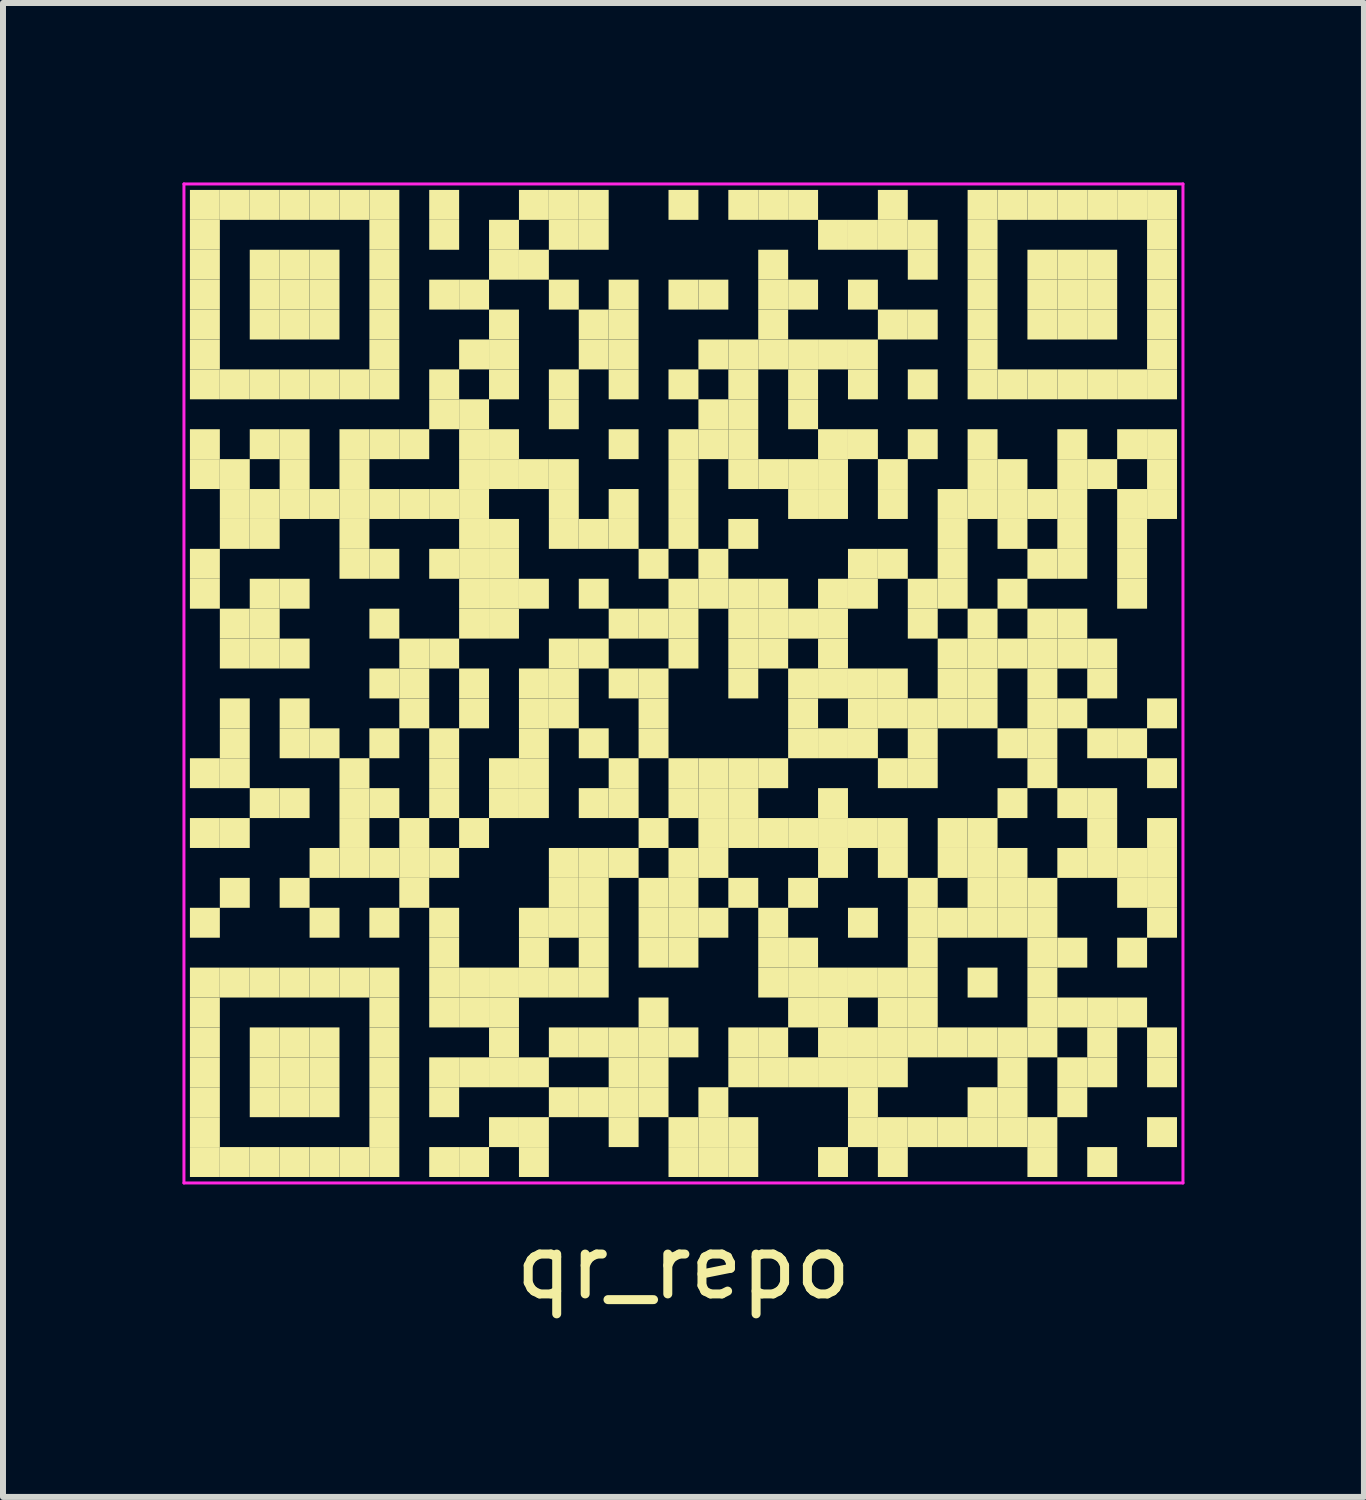
<source format=kicad_pcb>
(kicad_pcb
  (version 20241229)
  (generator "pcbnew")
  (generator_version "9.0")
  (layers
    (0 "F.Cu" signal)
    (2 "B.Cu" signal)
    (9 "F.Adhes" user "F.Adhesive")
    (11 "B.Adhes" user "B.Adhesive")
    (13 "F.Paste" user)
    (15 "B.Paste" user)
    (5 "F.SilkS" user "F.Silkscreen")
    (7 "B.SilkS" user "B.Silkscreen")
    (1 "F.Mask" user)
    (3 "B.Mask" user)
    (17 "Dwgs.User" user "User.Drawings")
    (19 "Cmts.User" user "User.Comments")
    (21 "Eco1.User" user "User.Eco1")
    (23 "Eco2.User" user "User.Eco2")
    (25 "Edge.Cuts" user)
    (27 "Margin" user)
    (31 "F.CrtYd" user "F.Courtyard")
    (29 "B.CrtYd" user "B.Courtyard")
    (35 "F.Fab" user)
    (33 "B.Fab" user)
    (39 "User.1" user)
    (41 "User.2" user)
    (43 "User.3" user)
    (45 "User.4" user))
  (footprint "qr_repo"
    (layer "F.Cu")
    (at 8.375 8.375)
    (property "Reference" "qr_repo" (at 0 9.75 0) (layer "F.SilkS") (effects (font (size 1 1) (thickness 0.15))))
    (fp_rect (start -8.25 -8.25) (end -7.75 -7.75) (stroke (width 0) (type solid)) (fill yes) (layer "F.SilkS"))
    (fp_rect (start -8.25 -7.75) (end -7.75 -7.25) (stroke (width 0) (type solid)) (fill yes) (layer "F.SilkS"))
    (fp_rect (start -8.25 -7.25) (end -7.75 -6.75) (stroke (width 0) (type solid)) (fill yes) (layer "F.SilkS"))
    (fp_rect (start -8.25 -6.75) (end -7.75 -6.25) (stroke (width 0) (type solid)) (fill yes) (layer "F.SilkS"))
    (fp_rect (start -8.25 -6.25) (end -7.75 -5.75) (stroke (width 0) (type solid)) (fill yes) (layer "F.SilkS"))
    (fp_rect (start -8.25 -5.75) (end -7.75 -5.25) (stroke (width 0) (type solid)) (fill yes) (layer "F.SilkS"))
    (fp_rect (start -8.25 -5.25) (end -7.75 -4.75) (stroke (width 0) (type solid)) (fill yes) (layer "F.SilkS"))
    (fp_rect (start -8.25 -4.25) (end -7.75 -3.75) (stroke (width 0) (type solid)) (fill yes) (layer "F.SilkS"))
    (fp_rect (start -8.25 -3.75) (end -7.75 -3.25) (stroke (width 0) (type solid)) (fill yes) (layer "F.SilkS"))
    (fp_rect (start -8.25 -2.25) (end -7.75 -1.75) (stroke (width 0) (type solid)) (fill yes) (layer "F.SilkS"))
    (fp_rect (start -8.25 -1.75) (end -7.75 -1.25) (stroke (width 0) (type solid)) (fill yes) (layer "F.SilkS"))
    (fp_rect (start -8.25 1.25) (end -7.75 1.75) (stroke (width 0) (type solid)) (fill yes) (layer "F.SilkS"))
    (fp_rect (start -8.25 2.25) (end -7.75 2.75) (stroke (width 0) (type solid)) (fill yes) (layer "F.SilkS"))
    (fp_rect (start -8.25 3.75) (end -7.75 4.25) (stroke (width 0) (type solid)) (fill yes) (layer "F.SilkS"))
    (fp_rect (start -8.25 4.75) (end -7.75 5.25) (stroke (width 0) (type solid)) (fill yes) (layer "F.SilkS"))
    (fp_rect (start -8.25 5.25) (end -7.75 5.75) (stroke (width 0) (type solid)) (fill yes) (layer "F.SilkS"))
    (fp_rect (start -8.25 5.75) (end -7.75 6.25) (stroke (width 0) (type solid)) (fill yes) (layer "F.SilkS"))
    (fp_rect (start -8.25 6.25) (end -7.75 6.75) (stroke (width 0) (type solid)) (fill yes) (layer "F.SilkS"))
    (fp_rect (start -8.25 6.75) (end -7.75 7.25) (stroke (width 0) (type solid)) (fill yes) (layer "F.SilkS"))
    (fp_rect (start -8.25 7.25) (end -7.75 7.75) (stroke (width 0) (type solid)) (fill yes) (layer "F.SilkS"))
    (fp_rect (start -8.25 7.75) (end -7.75 8.25) (stroke (width 0) (type solid)) (fill yes) (layer "F.SilkS"))
    (fp_rect (start -7.75 -8.25) (end -7.25 -7.75) (stroke (width 0) (type solid)) (fill yes) (layer "F.SilkS"))
    (fp_rect (start -7.75 -5.25) (end -7.25 -4.75) (stroke (width 0) (type solid)) (fill yes) (layer "F.SilkS"))
    (fp_rect (start -7.75 -3.75) (end -7.25 -3.25) (stroke (width 0) (type solid)) (fill yes) (layer "F.SilkS"))
    (fp_rect (start -7.75 -3.25) (end -7.25 -2.75) (stroke (width 0) (type solid)) (fill yes) (layer "F.SilkS"))
    (fp_rect (start -7.75 -2.75) (end -7.25 -2.25) (stroke (width 0) (type solid)) (fill yes) (layer "F.SilkS"))
    (fp_rect (start -7.75 -1.25) (end -7.25 -0.75) (stroke (width 0) (type solid)) (fill yes) (layer "F.SilkS"))
    (fp_rect (start -7.75 -0.75) (end -7.25 -0.25) (stroke (width 0) (type solid)) (fill yes) (layer "F.SilkS"))
    (fp_rect (start -7.75 0.25) (end -7.25 0.75) (stroke (width 0) (type solid)) (fill yes) (layer "F.SilkS"))
    (fp_rect (start -7.75 0.75) (end -7.25 1.25) (stroke (width 0) (type solid)) (fill yes) (layer "F.SilkS"))
    (fp_rect (start -7.75 1.25) (end -7.25 1.75) (stroke (width 0) (type solid)) (fill yes) (layer "F.SilkS"))
    (fp_rect (start -7.75 2.25) (end -7.25 2.75) (stroke (width 0) (type solid)) (fill yes) (layer "F.SilkS"))
    (fp_rect (start -7.75 3.25) (end -7.25 3.75) (stroke (width 0) (type solid)) (fill yes) (layer "F.SilkS"))
    (fp_rect (start -7.75 4.75) (end -7.25 5.25) (stroke (width 0) (type solid)) (fill yes) (layer "F.SilkS"))
    (fp_rect (start -7.75 7.75) (end -7.25 8.25) (stroke (width 0) (type solid)) (fill yes) (layer "F.SilkS"))
    (fp_rect (start -7.25 -8.25) (end -6.75 -7.75) (stroke (width 0) (type solid)) (fill yes) (layer "F.SilkS"))
    (fp_rect (start -7.25 -7.25) (end -6.75 -6.75) (stroke (width 0) (type solid)) (fill yes) (layer "F.SilkS"))
    (fp_rect (start -7.25 -6.75) (end -6.75 -6.25) (stroke (width 0) (type solid)) (fill yes) (layer "F.SilkS"))
    (fp_rect (start -7.25 -6.25) (end -6.75 -5.75) (stroke (width 0) (type solid)) (fill yes) (layer "F.SilkS"))
    (fp_rect (start -7.25 -5.25) (end -6.75 -4.75) (stroke (width 0) (type solid)) (fill yes) (layer "F.SilkS"))
    (fp_rect (start -7.25 -4.25) (end -6.75 -3.75) (stroke (width 0) (type solid)) (fill yes) (layer "F.SilkS"))
    (fp_rect (start -7.25 -3.25) (end -6.75 -2.75) (stroke (width 0) (type solid)) (fill yes) (layer "F.SilkS"))
    (fp_rect (start -7.25 -2.75) (end -6.75 -2.25) (stroke (width 0) (type solid)) (fill yes) (layer "F.SilkS"))
    (fp_rect (start -7.25 -1.75) (end -6.75 -1.25) (stroke (width 0) (type solid)) (fill yes) (layer "F.SilkS"))
    (fp_rect (start -7.25 -1.25) (end -6.75 -0.75) (stroke (width 0) (type solid)) (fill yes) (layer "F.SilkS"))
    (fp_rect (start -7.25 -0.75) (end -6.75 -0.25) (stroke (width 0) (type solid)) (fill yes) (layer "F.SilkS"))
    (fp_rect (start -7.25 1.75) (end -6.75 2.25) (stroke (width 0) (type solid)) (fill yes) (layer "F.SilkS"))
    (fp_rect (start -7.25 4.75) (end -6.75 5.25) (stroke (width 0) (type solid)) (fill yes) (layer "F.SilkS"))
    (fp_rect (start -7.25 5.75) (end -6.75 6.25) (stroke (width 0) (type solid)) (fill yes) (layer "F.SilkS"))
    (fp_rect (start -7.25 6.25) (end -6.75 6.75) (stroke (width 0) (type solid)) (fill yes) (layer "F.SilkS"))
    (fp_rect (start -7.25 6.75) (end -6.75 7.25) (stroke (width 0) (type solid)) (fill yes) (layer "F.SilkS"))
    (fp_rect (start -7.25 7.75) (end -6.75 8.25) (stroke (width 0) (type solid)) (fill yes) (layer "F.SilkS"))
    (fp_rect (start -6.75 -8.25) (end -6.25 -7.75) (stroke (width 0) (type solid)) (fill yes) (layer "F.SilkS"))
    (fp_rect (start -6.75 -7.25) (end -6.25 -6.75) (stroke (width 0) (type solid)) (fill yes) (layer "F.SilkS"))
    (fp_rect (start -6.75 -6.75) (end -6.25 -6.25) (stroke (width 0) (type solid)) (fill yes) (layer "F.SilkS"))
    (fp_rect (start -6.75 -6.25) (end -6.25 -5.75) (stroke (width 0) (type solid)) (fill yes) (layer "F.SilkS"))
    (fp_rect (start -6.75 -5.25) (end -6.25 -4.75) (stroke (width 0) (type solid)) (fill yes) (layer "F.SilkS"))
    (fp_rect (start -6.75 -4.25) (end -6.25 -3.75) (stroke (width 0) (type solid)) (fill yes) (layer "F.SilkS"))
    (fp_rect (start -6.75 -3.75) (end -6.25 -3.25) (stroke (width 0) (type solid)) (fill yes) (layer "F.SilkS"))
    (fp_rect (start -6.75 -3.25) (end -6.25 -2.75) (stroke (width 0) (type solid)) (fill yes) (layer "F.SilkS"))
    (fp_rect (start -6.75 -1.75) (end -6.25 -1.25) (stroke (width 0) (type solid)) (fill yes) (layer "F.SilkS"))
    (fp_rect (start -6.75 -0.75) (end -6.25 -0.25) (stroke (width 0) (type solid)) (fill yes) (layer "F.SilkS"))
    (fp_rect (start -6.75 0.25) (end -6.25 0.75) (stroke (width 0) (type solid)) (fill yes) (layer "F.SilkS"))
    (fp_rect (start -6.75 0.75) (end -6.25 1.25) (stroke (width 0) (type solid)) (fill yes) (layer "F.SilkS"))
    (fp_rect (start -6.75 1.75) (end -6.25 2.25) (stroke (width 0) (type solid)) (fill yes) (layer "F.SilkS"))
    (fp_rect (start -6.75 3.25) (end -6.25 3.75) (stroke (width 0) (type solid)) (fill yes) (layer "F.SilkS"))
    (fp_rect (start -6.75 4.75) (end -6.25 5.25) (stroke (width 0) (type solid)) (fill yes) (layer "F.SilkS"))
    (fp_rect (start -6.75 5.75) (end -6.25 6.25) (stroke (width 0) (type solid)) (fill yes) (layer "F.SilkS"))
    (fp_rect (start -6.75 6.25) (end -6.25 6.75) (stroke (width 0) (type solid)) (fill yes) (layer "F.SilkS"))
    (fp_rect (start -6.75 6.75) (end -6.25 7.25) (stroke (width 0) (type solid)) (fill yes) (layer "F.SilkS"))
    (fp_rect (start -6.75 7.75) (end -6.25 8.25) (stroke (width 0) (type solid)) (fill yes) (layer "F.SilkS"))
    (fp_rect (start -6.25 -8.25) (end -5.75 -7.75) (stroke (width 0) (type solid)) (fill yes) (layer "F.SilkS"))
    (fp_rect (start -6.25 -7.25) (end -5.75 -6.75) (stroke (width 0) (type solid)) (fill yes) (layer "F.SilkS"))
    (fp_rect (start -6.25 -6.75) (end -5.75 -6.25) (stroke (width 0) (type solid)) (fill yes) (layer "F.SilkS"))
    (fp_rect (start -6.25 -6.25) (end -5.75 -5.75) (stroke (width 0) (type solid)) (fill yes) (layer "F.SilkS"))
    (fp_rect (start -6.25 -5.25) (end -5.75 -4.75) (stroke (width 0) (type solid)) (fill yes) (layer "F.SilkS"))
    (fp_rect (start -6.25 -3.25) (end -5.75 -2.75) (stroke (width 0) (type solid)) (fill yes) (layer "F.SilkS"))
    (fp_rect (start -6.25 0.75) (end -5.75 1.25) (stroke (width 0) (type solid)) (fill yes) (layer "F.SilkS"))
    (fp_rect (start -6.25 2.75) (end -5.75 3.25) (stroke (width 0) (type solid)) (fill yes) (layer "F.SilkS"))
    (fp_rect (start -6.25 3.75) (end -5.75 4.25) (stroke (width 0) (type solid)) (fill yes) (layer "F.SilkS"))
    (fp_rect (start -6.25 4.75) (end -5.75 5.25) (stroke (width 0) (type solid)) (fill yes) (layer "F.SilkS"))
    (fp_rect (start -6.25 5.75) (end -5.75 6.25) (stroke (width 0) (type solid)) (fill yes) (layer "F.SilkS"))
    (fp_rect (start -6.25 6.25) (end -5.75 6.75) (stroke (width 0) (type solid)) (fill yes) (layer "F.SilkS"))
    (fp_rect (start -6.25 6.75) (end -5.75 7.25) (stroke (width 0) (type solid)) (fill yes) (layer "F.SilkS"))
    (fp_rect (start -6.25 7.75) (end -5.75 8.25) (stroke (width 0) (type solid)) (fill yes) (layer "F.SilkS"))
    (fp_rect (start -5.75 -8.25) (end -5.25 -7.75) (stroke (width 0) (type solid)) (fill yes) (layer "F.SilkS"))
    (fp_rect (start -5.75 -5.25) (end -5.25 -4.75) (stroke (width 0) (type solid)) (fill yes) (layer "F.SilkS"))
    (fp_rect (start -5.75 -4.25) (end -5.25 -3.75) (stroke (width 0) (type solid)) (fill yes) (layer "F.SilkS"))
    (fp_rect (start -5.75 -3.75) (end -5.25 -3.25) (stroke (width 0) (type solid)) (fill yes) (layer "F.SilkS"))
    (fp_rect (start -5.75 -3.25) (end -5.25 -2.75) (stroke (width 0) (type solid)) (fill yes) (layer "F.SilkS"))
    (fp_rect (start -5.75 -2.75) (end -5.25 -2.25) (stroke (width 0) (type solid)) (fill yes) (layer "F.SilkS"))
    (fp_rect (start -5.75 -2.25) (end -5.25 -1.75) (stroke (width 0) (type solid)) (fill yes) (layer "F.SilkS"))
    (fp_rect (start -5.75 1.25) (end -5.25 1.75) (stroke (width 0) (type solid)) (fill yes) (layer "F.SilkS"))
    (fp_rect (start -5.75 1.75) (end -5.25 2.25) (stroke (width 0) (type solid)) (fill yes) (layer "F.SilkS"))
    (fp_rect (start -5.75 2.25) (end -5.25 2.75) (stroke (width 0) (type solid)) (fill yes) (layer "F.SilkS"))
    (fp_rect (start -5.75 2.75) (end -5.25 3.25) (stroke (width 0) (type solid)) (fill yes) (layer "F.SilkS"))
    (fp_rect (start -5.75 4.75) (end -5.25 5.25) (stroke (width 0) (type solid)) (fill yes) (layer "F.SilkS"))
    (fp_rect (start -5.75 7.75) (end -5.25 8.25) (stroke (width 0) (type solid)) (fill yes) (layer "F.SilkS"))
    (fp_rect (start -5.25 -8.25) (end -4.75 -7.75) (stroke (width 0) (type solid)) (fill yes) (layer "F.SilkS"))
    (fp_rect (start -5.25 -7.75) (end -4.75 -7.25) (stroke (width 0) (type solid)) (fill yes) (layer "F.SilkS"))
    (fp_rect (start -5.25 -7.25) (end -4.75 -6.75) (stroke (width 0) (type solid)) (fill yes) (layer "F.SilkS"))
    (fp_rect (start -5.25 -6.75) (end -4.75 -6.25) (stroke (width 0) (type solid)) (fill yes) (layer "F.SilkS"))
    (fp_rect (start -5.25 -6.25) (end -4.75 -5.75) (stroke (width 0) (type solid)) (fill yes) (layer "F.SilkS"))
    (fp_rect (start -5.25 -5.75) (end -4.75 -5.25) (stroke (width 0) (type solid)) (fill yes) (layer "F.SilkS"))
    (fp_rect (start -5.25 -5.25) (end -4.75 -4.75) (stroke (width 0) (type solid)) (fill yes) (layer "F.SilkS"))
    (fp_rect (start -5.25 -4.25) (end -4.75 -3.75) (stroke (width 0) (type solid)) (fill yes) (layer "F.SilkS"))
    (fp_rect (start -5.25 -3.25) (end -4.75 -2.75) (stroke (width 0) (type solid)) (fill yes) (layer "F.SilkS"))
    (fp_rect (start -5.25 -2.25) (end -4.75 -1.75) (stroke (width 0) (type solid)) (fill yes) (layer "F.SilkS"))
    (fp_rect (start -5.25 -1.25) (end -4.75 -0.75) (stroke (width 0) (type solid)) (fill yes) (layer "F.SilkS"))
    (fp_rect (start -5.25 -0.25) (end -4.75 0.25) (stroke (width 0) (type solid)) (fill yes) (layer "F.SilkS"))
    (fp_rect (start -5.25 0.75) (end -4.75 1.25) (stroke (width 0) (type solid)) (fill yes) (layer "F.SilkS"))
    (fp_rect (start -5.25 1.75) (end -4.75 2.25) (stroke (width 0) (type solid)) (fill yes) (layer "F.SilkS"))
    (fp_rect (start -5.25 2.75) (end -4.75 3.25) (stroke (width 0) (type solid)) (fill yes) (layer "F.SilkS"))
    (fp_rect (start -5.25 3.75) (end -4.75 4.25) (stroke (width 0) (type solid)) (fill yes) (layer "F.SilkS"))
    (fp_rect (start -5.25 4.75) (end -4.75 5.25) (stroke (width 0) (type solid)) (fill yes) (layer "F.SilkS"))
    (fp_rect (start -5.25 5.25) (end -4.75 5.75) (stroke (width 0) (type solid)) (fill yes) (layer "F.SilkS"))
    (fp_rect (start -5.25 5.75) (end -4.75 6.25) (stroke (width 0) (type solid)) (fill yes) (layer "F.SilkS"))
    (fp_rect (start -5.25 6.25) (end -4.75 6.75) (stroke (width 0) (type solid)) (fill yes) (layer "F.SilkS"))
    (fp_rect (start -5.25 6.75) (end -4.75 7.25) (stroke (width 0) (type solid)) (fill yes) (layer "F.SilkS"))
    (fp_rect (start -5.25 7.25) (end -4.75 7.75) (stroke (width 0) (type solid)) (fill yes) (layer "F.SilkS"))
    (fp_rect (start -5.25 7.75) (end -4.75 8.25) (stroke (width 0) (type solid)) (fill yes) (layer "F.SilkS"))
    (fp_rect (start -4.75 -4.25) (end -4.25 -3.75) (stroke (width 0) (type solid)) (fill yes) (layer "F.SilkS"))
    (fp_rect (start -4.75 -3.25) (end -4.25 -2.75) (stroke (width 0) (type solid)) (fill yes) (layer "F.SilkS"))
    (fp_rect (start -4.75 -0.75) (end -4.25 -0.25) (stroke (width 0) (type solid)) (fill yes) (layer "F.SilkS"))
    (fp_rect (start -4.75 -0.25) (end -4.25 0.25) (stroke (width 0) (type solid)) (fill yes) (layer "F.SilkS"))
    (fp_rect (start -4.75 0.25) (end -4.25 0.75) (stroke (width 0) (type solid)) (fill yes) (layer "F.SilkS"))
    (fp_rect (start -4.75 2.25) (end -4.25 2.75) (stroke (width 0) (type solid)) (fill yes) (layer "F.SilkS"))
    (fp_rect (start -4.75 2.75) (end -4.25 3.25) (stroke (width 0) (type solid)) (fill yes) (layer "F.SilkS"))
    (fp_rect (start -4.75 3.25) (end -4.25 3.75) (stroke (width 0) (type solid)) (fill yes) (layer "F.SilkS"))
    (fp_rect (start -4.25 -8.25) (end -3.75 -7.75) (stroke (width 0) (type solid)) (fill yes) (layer "F.SilkS"))
    (fp_rect (start -4.25 -7.75) (end -3.75 -7.25) (stroke (width 0) (type solid)) (fill yes) (layer "F.SilkS"))
    (fp_rect (start -4.25 -6.75) (end -3.75 -6.25) (stroke (width 0) (type solid)) (fill yes) (layer "F.SilkS"))
    (fp_rect (start -4.25 -5.25) (end -3.75 -4.75) (stroke (width 0) (type solid)) (fill yes) (layer "F.SilkS"))
    (fp_rect (start -4.25 -4.75) (end -3.75 -4.25) (stroke (width 0) (type solid)) (fill yes) (layer "F.SilkS"))
    (fp_rect (start -4.25 -3.25) (end -3.75 -2.75) (stroke (width 0) (type solid)) (fill yes) (layer "F.SilkS"))
    (fp_rect (start -4.25 -2.25) (end -3.75 -1.75) (stroke (width 0) (type solid)) (fill yes) (layer "F.SilkS"))
    (fp_rect (start -4.25 -0.75) (end -3.75 -0.25) (stroke (width 0) (type solid)) (fill yes) (layer "F.SilkS"))
    (fp_rect (start -4.25 0.75) (end -3.75 1.25) (stroke (width 0) (type solid)) (fill yes) (layer "F.SilkS"))
    (fp_rect (start -4.25 1.25) (end -3.75 1.75) (stroke (width 0) (type solid)) (fill yes) (layer "F.SilkS"))
    (fp_rect (start -4.25 1.75) (end -3.75 2.25) (stroke (width 0) (type solid)) (fill yes) (layer "F.SilkS"))
    (fp_rect (start -4.25 2.75) (end -3.75 3.25) (stroke (width 0) (type solid)) (fill yes) (layer "F.SilkS"))
    (fp_rect (start -4.25 3.75) (end -3.75 4.25) (stroke (width 0) (type solid)) (fill yes) (layer "F.SilkS"))
    (fp_rect (start -4.25 4.25) (end -3.75 4.75) (stroke (width 0) (type solid)) (fill yes) (layer "F.SilkS"))
    (fp_rect (start -4.25 4.75) (end -3.75 5.25) (stroke (width 0) (type solid)) (fill yes) (layer "F.SilkS"))
    (fp_rect (start -4.25 5.25) (end -3.75 5.75) (stroke (width 0) (type solid)) (fill yes) (layer "F.SilkS"))
    (fp_rect (start -4.25 6.25) (end -3.75 6.75) (stroke (width 0) (type solid)) (fill yes) (layer "F.SilkS"))
    (fp_rect (start -4.25 6.75) (end -3.75 7.25) (stroke (width 0) (type solid)) (fill yes) (layer "F.SilkS"))
    (fp_rect (start -4.25 7.75) (end -3.75 8.25) (stroke (width 0) (type solid)) (fill yes) (layer "F.SilkS"))
    (fp_rect (start -3.75 -6.75) (end -3.25 -6.25) (stroke (width 0) (type solid)) (fill yes) (layer "F.SilkS"))
    (fp_rect (start -3.75 -5.75) (end -3.25 -5.25) (stroke (width 0) (type solid)) (fill yes) (layer "F.SilkS"))
    (fp_rect (start -3.75 -4.75) (end -3.25 -4.25) (stroke (width 0) (type solid)) (fill yes) (layer "F.SilkS"))
    (fp_rect (start -3.75 -4.25) (end -3.25 -3.75) (stroke (width 0) (type solid)) (fill yes) (layer "F.SilkS"))
    (fp_rect (start -3.75 -3.75) (end -3.25 -3.25) (stroke (width 0) (type solid)) (fill yes) (layer "F.SilkS"))
    (fp_rect (start -3.75 -3.25) (end -3.25 -2.75) (stroke (width 0) (type solid)) (fill yes) (layer "F.SilkS"))
    (fp_rect (start -3.75 -2.75) (end -3.25 -2.25) (stroke (width 0) (type solid)) (fill yes) (layer "F.SilkS"))
    (fp_rect (start -3.75 -2.25) (end -3.25 -1.75) (stroke (width 0) (type solid)) (fill yes) (layer "F.SilkS"))
    (fp_rect (start -3.75 -1.75) (end -3.25 -1.25) (stroke (width 0) (type solid)) (fill yes) (layer "F.SilkS"))
    (fp_rect (start -3.75 -1.25) (end -3.25 -0.75) (stroke (width 0) (type solid)) (fill yes) (layer "F.SilkS"))
    (fp_rect (start -3.75 -0.25) (end -3.25 0.25) (stroke (width 0) (type solid)) (fill yes) (layer "F.SilkS"))
    (fp_rect (start -3.75 0.25) (end -3.25 0.75) (stroke (width 0) (type solid)) (fill yes) (layer "F.SilkS"))
    (fp_rect (start -3.75 2.25) (end -3.25 2.75) (stroke (width 0) (type solid)) (fill yes) (layer "F.SilkS"))
    (fp_rect (start -3.75 4.75) (end -3.25 5.25) (stroke (width 0) (type solid)) (fill yes) (layer "F.SilkS"))
    (fp_rect (start -3.75 5.25) (end -3.25 5.75) (stroke (width 0) (type solid)) (fill yes) (layer "F.SilkS"))
    (fp_rect (start -3.75 6.25) (end -3.25 6.75) (stroke (width 0) (type solid)) (fill yes) (layer "F.SilkS"))
    (fp_rect (start -3.75 7.75) (end -3.25 8.25) (stroke (width 0) (type solid)) (fill yes) (layer "F.SilkS"))
    (fp_rect (start -3.25 -7.75) (end -2.75 -7.25) (stroke (width 0) (type solid)) (fill yes) (layer "F.SilkS"))
    (fp_rect (start -3.25 -7.25) (end -2.75 -6.75) (stroke (width 0) (type solid)) (fill yes) (layer "F.SilkS"))
    (fp_rect (start -3.25 -6.25) (end -2.75 -5.75) (stroke (width 0) (type solid)) (fill yes) (layer "F.SilkS"))
    (fp_rect (start -3.25 -5.75) (end -2.75 -5.25) (stroke (width 0) (type solid)) (fill yes) (layer "F.SilkS"))
    (fp_rect (start -3.25 -5.25) (end -2.75 -4.75) (stroke (width 0) (type solid)) (fill yes) (layer "F.SilkS"))
    (fp_rect (start -3.25 -4.25) (end -2.75 -3.75) (stroke (width 0) (type solid)) (fill yes) (layer "F.SilkS"))
    (fp_rect (start -3.25 -3.75) (end -2.75 -3.25) (stroke (width 0) (type solid)) (fill yes) (layer "F.SilkS"))
    (fp_rect (start -3.25 -2.75) (end -2.75 -2.25) (stroke (width 0) (type solid)) (fill yes) (layer "F.SilkS"))
    (fp_rect (start -3.25 -2.25) (end -2.75 -1.75) (stroke (width 0) (type solid)) (fill yes) (layer "F.SilkS"))
    (fp_rect (start -3.25 -1.75) (end -2.75 -1.25) (stroke (width 0) (type solid)) (fill yes) (layer "F.SilkS"))
    (fp_rect (start -3.25 -1.25) (end -2.75 -0.75) (stroke (width 0) (type solid)) (fill yes) (layer "F.SilkS"))
    (fp_rect (start -3.25 1.25) (end -2.75 1.75) (stroke (width 0) (type solid)) (fill yes) (layer "F.SilkS"))
    (fp_rect (start -3.25 1.75) (end -2.75 2.25) (stroke (width 0) (type solid)) (fill yes) (layer "F.SilkS"))
    (fp_rect (start -3.25 4.75) (end -2.75 5.25) (stroke (width 0) (type solid)) (fill yes) (layer "F.SilkS"))
    (fp_rect (start -3.25 5.25) (end -2.75 5.75) (stroke (width 0) (type solid)) (fill yes) (layer "F.SilkS"))
    (fp_rect (start -3.25 5.75) (end -2.75 6.25) (stroke (width 0) (type solid)) (fill yes) (layer "F.SilkS"))
    (fp_rect (start -3.25 6.25) (end -2.75 6.75) (stroke (width 0) (type solid)) (fill yes) (layer "F.SilkS"))
    (fp_rect (start -3.25 7.25) (end -2.75 7.75) (stroke (width 0) (type solid)) (fill yes) (layer "F.SilkS"))
    (fp_rect (start -2.75 -8.25) (end -2.25 -7.75) (stroke (width 0) (type solid)) (fill yes) (layer "F.SilkS"))
    (fp_rect (start -2.75 -7.25) (end -2.25 -6.75) (stroke (width 0) (type solid)) (fill yes) (layer "F.SilkS"))
    (fp_rect (start -2.75 -3.75) (end -2.25 -3.25) (stroke (width 0) (type solid)) (fill yes) (layer "F.SilkS"))
    (fp_rect (start -2.75 -1.75) (end -2.25 -1.25) (stroke (width 0) (type solid)) (fill yes) (layer "F.SilkS"))
    (fp_rect (start -2.75 -0.25) (end -2.25 0.25) (stroke (width 0) (type solid)) (fill yes) (layer "F.SilkS"))
    (fp_rect (start -2.75 0.25) (end -2.25 0.75) (stroke (width 0) (type solid)) (fill yes) (layer "F.SilkS"))
    (fp_rect (start -2.75 0.75) (end -2.25 1.25) (stroke (width 0) (type solid)) (fill yes) (layer "F.SilkS"))
    (fp_rect (start -2.75 1.25) (end -2.25 1.75) (stroke (width 0) (type solid)) (fill yes) (layer "F.SilkS"))
    (fp_rect (start -2.75 1.75) (end -2.25 2.25) (stroke (width 0) (type solid)) (fill yes) (layer "F.SilkS"))
    (fp_rect (start -2.75 3.75) (end -2.25 4.25) (stroke (width 0) (type solid)) (fill yes) (layer "F.SilkS"))
    (fp_rect (start -2.75 4.25) (end -2.25 4.75) (stroke (width 0) (type solid)) (fill yes) (layer "F.SilkS"))
    (fp_rect (start -2.75 4.75) (end -2.25 5.25) (stroke (width 0) (type solid)) (fill yes) (layer "F.SilkS"))
    (fp_rect (start -2.75 6.25) (end -2.25 6.75) (stroke (width 0) (type solid)) (fill yes) (layer "F.SilkS"))
    (fp_rect (start -2.75 7.25) (end -2.25 7.75) (stroke (width 0) (type solid)) (fill yes) (layer "F.SilkS"))
    (fp_rect (start -2.75 7.75) (end -2.25 8.25) (stroke (width 0) (type solid)) (fill yes) (layer "F.SilkS"))
    (fp_rect (start -2.25 -8.25) (end -1.75 -7.75) (stroke (width 0) (type solid)) (fill yes) (layer "F.SilkS"))
    (fp_rect (start -2.25 -7.75) (end -1.75 -7.25) (stroke (width 0) (type solid)) (fill yes) (layer "F.SilkS"))
    (fp_rect (start -2.25 -6.75) (end -1.75 -6.25) (stroke (width 0) (type solid)) (fill yes) (layer "F.SilkS"))
    (fp_rect (start -2.25 -5.25) (end -1.75 -4.75) (stroke (width 0) (type solid)) (fill yes) (layer "F.SilkS"))
    (fp_rect (start -2.25 -4.75) (end -1.75 -4.25) (stroke (width 0) (type solid)) (fill yes) (layer "F.SilkS"))
    (fp_rect (start -2.25 -3.75) (end -1.75 -3.25) (stroke (width 0) (type solid)) (fill yes) (layer "F.SilkS"))
    (fp_rect (start -2.25 -3.25) (end -1.75 -2.75) (stroke (width 0) (type solid)) (fill yes) (layer "F.SilkS"))
    (fp_rect (start -2.25 -2.75) (end -1.75 -2.25) (stroke (width 0) (type solid)) (fill yes) (layer "F.SilkS"))
    (fp_rect (start -2.25 -0.75) (end -1.75 -0.25) (stroke (width 0) (type solid)) (fill yes) (layer "F.SilkS"))
    (fp_rect (start -2.25 -0.25) (end -1.75 0.25) (stroke (width 0) (type solid)) (fill yes) (layer "F.SilkS"))
    (fp_rect (start -2.25 0.25) (end -1.75 0.75) (stroke (width 0) (type solid)) (fill yes) (layer "F.SilkS"))
    (fp_rect (start -2.25 2.75) (end -1.75 3.25) (stroke (width 0) (type solid)) (fill yes) (layer "F.SilkS"))
    (fp_rect (start -2.25 3.25) (end -1.75 3.75) (stroke (width 0) (type solid)) (fill yes) (layer "F.SilkS"))
    (fp_rect (start -2.25 3.75) (end -1.75 4.25) (stroke (width 0) (type solid)) (fill yes) (layer "F.SilkS"))
    (fp_rect (start -2.25 4.75) (end -1.75 5.25) (stroke (width 0) (type solid)) (fill yes) (layer "F.SilkS"))
    (fp_rect (start -2.25 5.75) (end -1.75 6.25) (stroke (width 0) (type solid)) (fill yes) (layer "F.SilkS"))
    (fp_rect (start -2.25 6.75) (end -1.75 7.25) (stroke (width 0) (type solid)) (fill yes) (layer "F.SilkS"))
    (fp_rect (start -1.75 -8.25) (end -1.25 -7.75) (stroke (width 0) (type solid)) (fill yes) (layer "F.SilkS"))
    (fp_rect (start -1.75 -7.75) (end -1.25 -7.25) (stroke (width 0) (type solid)) (fill yes) (layer "F.SilkS"))
    (fp_rect (start -1.75 -6.25) (end -1.25 -5.75) (stroke (width 0) (type solid)) (fill yes) (layer "F.SilkS"))
    (fp_rect (start -1.75 -5.75) (end -1.25 -5.25) (stroke (width 0) (type solid)) (fill yes) (layer "F.SilkS"))
    (fp_rect (start -1.75 -2.75) (end -1.25 -2.25) (stroke (width 0) (type solid)) (fill yes) (layer "F.SilkS"))
    (fp_rect (start -1.75 -1.75) (end -1.25 -1.25) (stroke (width 0) (type solid)) (fill yes) (layer "F.SilkS"))
    (fp_rect (start -1.75 -0.75) (end -1.25 -0.25) (stroke (width 0) (type solid)) (fill yes) (layer "F.SilkS"))
    (fp_rect (start -1.75 0.75) (end -1.25 1.25) (stroke (width 0) (type solid)) (fill yes) (layer "F.SilkS"))
    (fp_rect (start -1.75 1.75) (end -1.25 2.25) (stroke (width 0) (type solid)) (fill yes) (layer "F.SilkS"))
    (fp_rect (start -1.75 2.75) (end -1.25 3.25) (stroke (width 0) (type solid)) (fill yes) (layer "F.SilkS"))
    (fp_rect (start -1.75 3.25) (end -1.25 3.75) (stroke (width 0) (type solid)) (fill yes) (layer "F.SilkS"))
    (fp_rect (start -1.75 3.75) (end -1.25 4.25) (stroke (width 0) (type solid)) (fill yes) (layer "F.SilkS"))
    (fp_rect (start -1.75 4.25) (end -1.25 4.75) (stroke (width 0) (type solid)) (fill yes) (layer "F.SilkS"))
    (fp_rect (start -1.75 4.75) (end -1.25 5.25) (stroke (width 0) (type solid)) (fill yes) (layer "F.SilkS"))
    (fp_rect (start -1.75 5.75) (end -1.25 6.25) (stroke (width 0) (type solid)) (fill yes) (layer "F.SilkS"))
    (fp_rect (start -1.75 6.75) (end -1.25 7.25) (stroke (width 0) (type solid)) (fill yes) (layer "F.SilkS"))
    (fp_rect (start -1.25 -6.75) (end -0.75 -6.25) (stroke (width 0) (type solid)) (fill yes) (layer "F.SilkS"))
    (fp_rect (start -1.25 -6.25) (end -0.75 -5.75) (stroke (width 0) (type solid)) (fill yes) (layer "F.SilkS"))
    (fp_rect (start -1.25 -5.75) (end -0.75 -5.25) (stroke (width 0) (type solid)) (fill yes) (layer "F.SilkS"))
    (fp_rect (start -1.25 -5.25) (end -0.75 -4.75) (stroke (width 0) (type solid)) (fill yes) (layer "F.SilkS"))
    (fp_rect (start -1.25 -4.25) (end -0.75 -3.75) (stroke (width 0) (type solid)) (fill yes) (layer "F.SilkS"))
    (fp_rect (start -1.25 -3.25) (end -0.75 -2.75) (stroke (width 0) (type solid)) (fill yes) (layer "F.SilkS"))
    (fp_rect (start -1.25 -2.75) (end -0.75 -2.25) (stroke (width 0) (type solid)) (fill yes) (layer "F.SilkS"))
    (fp_rect (start -1.25 -1.25) (end -0.75 -0.75) (stroke (width 0) (type solid)) (fill yes) (layer "F.SilkS"))
    (fp_rect (start -1.25 -0.25) (end -0.75 0.25) (stroke (width 0) (type solid)) (fill yes) (layer "F.SilkS"))
    (fp_rect (start -1.25 1.25) (end -0.75 1.75) (stroke (width 0) (type solid)) (fill yes) (layer "F.SilkS"))
    (fp_rect (start -1.25 1.75) (end -0.75 2.25) (stroke (width 0) (type solid)) (fill yes) (layer "F.SilkS"))
    (fp_rect (start -1.25 2.75) (end -0.75 3.25) (stroke (width 0) (type solid)) (fill yes) (layer "F.SilkS"))
    (fp_rect (start -1.25 5.75) (end -0.75 6.25) (stroke (width 0) (type solid)) (fill yes) (layer "F.SilkS"))
    (fp_rect (start -1.25 6.25) (end -0.75 6.75) (stroke (width 0) (type solid)) (fill yes) (layer "F.SilkS"))
    (fp_rect (start -1.25 6.75) (end -0.75 7.25) (stroke (width 0) (type solid)) (fill yes) (layer "F.SilkS"))
    (fp_rect (start -1.25 7.25) (end -0.75 7.75) (stroke (width 0) (type solid)) (fill yes) (layer "F.SilkS"))
    (fp_rect (start -0.75 -2.25) (end -0.25 -1.75) (stroke (width 0) (type solid)) (fill yes) (layer "F.SilkS"))
    (fp_rect (start -0.75 -1.25) (end -0.25 -0.75) (stroke (width 0) (type solid)) (fill yes) (layer "F.SilkS"))
    (fp_rect (start -0.75 -0.25) (end -0.25 0.25) (stroke (width 0) (type solid)) (fill yes) (layer "F.SilkS"))
    (fp_rect (start -0.75 0.25) (end -0.25 0.75) (stroke (width 0) (type solid)) (fill yes) (layer "F.SilkS"))
    (fp_rect (start -0.75 0.75) (end -0.25 1.25) (stroke (width 0) (type solid)) (fill yes) (layer "F.SilkS"))
    (fp_rect (start -0.75 2.25) (end -0.25 2.75) (stroke (width 0) (type solid)) (fill yes) (layer "F.SilkS"))
    (fp_rect (start -0.75 3.25) (end -0.25 3.75) (stroke (width 0) (type solid)) (fill yes) (layer "F.SilkS"))
    (fp_rect (start -0.75 3.75) (end -0.25 4.25) (stroke (width 0) (type solid)) (fill yes) (layer "F.SilkS"))
    (fp_rect (start -0.75 4.25) (end -0.25 4.75) (stroke (width 0) (type solid)) (fill yes) (layer "F.SilkS"))
    (fp_rect (start -0.75 5.25) (end -0.25 5.75) (stroke (width 0) (type solid)) (fill yes) (layer "F.SilkS"))
    (fp_rect (start -0.75 5.75) (end -0.25 6.25) (stroke (width 0) (type solid)) (fill yes) (layer "F.SilkS"))
    (fp_rect (start -0.75 6.25) (end -0.25 6.75) (stroke (width 0) (type solid)) (fill yes) (layer "F.SilkS"))
    (fp_rect (start -0.75 6.75) (end -0.25 7.25) (stroke (width 0) (type solid)) (fill yes) (layer "F.SilkS"))
    (fp_rect (start -0.25 -8.25) (end 0.25 -7.75) (stroke (width 0) (type solid)) (fill yes) (layer "F.SilkS"))
    (fp_rect (start -0.25 -6.75) (end 0.25 -6.25) (stroke (width 0) (type solid)) (fill yes) (layer "F.SilkS"))
    (fp_rect (start -0.25 -5.25) (end 0.25 -4.75) (stroke (width 0) (type solid)) (fill yes) (layer "F.SilkS"))
    (fp_rect (start -0.25 -4.25) (end 0.25 -3.75) (stroke (width 0) (type solid)) (fill yes) (layer "F.SilkS"))
    (fp_rect (start -0.25 -3.75) (end 0.25 -3.25) (stroke (width 0) (type solid)) (fill yes) (layer "F.SilkS"))
    (fp_rect (start -0.25 -3.25) (end 0.25 -2.75) (stroke (width 0) (type solid)) (fill yes) (layer "F.SilkS"))
    (fp_rect (start -0.25 -2.75) (end 0.25 -2.25) (stroke (width 0) (type solid)) (fill yes) (layer "F.SilkS"))
    (fp_rect (start -0.25 -1.75) (end 0.25 -1.25) (stroke (width 0) (type solid)) (fill yes) (layer "F.SilkS"))
    (fp_rect (start -0.25 -1.25) (end 0.25 -0.75) (stroke (width 0) (type solid)) (fill yes) (layer "F.SilkS"))
    (fp_rect (start -0.25 -0.75) (end 0.25 -0.25) (stroke (width 0) (type solid)) (fill yes) (layer "F.SilkS"))
    (fp_rect (start -0.25 1.25) (end 0.25 1.75) (stroke (width 0) (type solid)) (fill yes) (layer "F.SilkS"))
    (fp_rect (start -0.25 1.75) (end 0.25 2.25) (stroke (width 0) (type solid)) (fill yes) (layer "F.SilkS"))
    (fp_rect (start -0.25 2.75) (end 0.25 3.25) (stroke (width 0) (type solid)) (fill yes) (layer "F.SilkS"))
    (fp_rect (start -0.25 3.25) (end 0.25 3.75) (stroke (width 0) (type solid)) (fill yes) (layer "F.SilkS"))
    (fp_rect (start -0.25 3.75) (end 0.25 4.25) (stroke (width 0) (type solid)) (fill yes) (layer "F.SilkS"))
    (fp_rect (start -0.25 4.25) (end 0.25 4.75) (stroke (width 0) (type solid)) (fill yes) (layer "F.SilkS"))
    (fp_rect (start -0.25 5.75) (end 0.25 6.25) (stroke (width 0) (type solid)) (fill yes) (layer "F.SilkS"))
    (fp_rect (start -0.25 7.25) (end 0.25 7.75) (stroke (width 0) (type solid)) (fill yes) (layer "F.SilkS"))
    (fp_rect (start -0.25 7.75) (end 0.25 8.25) (stroke (width 0) (type solid)) (fill yes) (layer "F.SilkS"))
    (fp_rect (start 0.25 -6.75) (end 0.75 -6.25) (stroke (width 0) (type solid)) (fill yes) (layer "F.SilkS"))
    (fp_rect (start 0.25 -5.75) (end 0.75 -5.25) (stroke (width 0) (type solid)) (fill yes) (layer "F.SilkS"))
    (fp_rect (start 0.25 -4.75) (end 0.75 -4.25) (stroke (width 0) (type solid)) (fill yes) (layer "F.SilkS"))
    (fp_rect (start 0.25 -4.25) (end 0.75 -3.75) (stroke (width 0) (type solid)) (fill yes) (layer "F.SilkS"))
    (fp_rect (start 0.25 -2.25) (end 0.75 -1.75) (stroke (width 0) (type solid)) (fill yes) (layer "F.SilkS"))
    (fp_rect (start 0.25 -1.75) (end 0.75 -1.25) (stroke (width 0) (type solid)) (fill yes) (layer "F.SilkS"))
    (fp_rect (start 0.25 1.25) (end 0.75 1.75) (stroke (width 0) (type solid)) (fill yes) (layer "F.SilkS"))
    (fp_rect (start 0.25 1.75) (end 0.75 2.25) (stroke (width 0) (type solid)) (fill yes) (layer "F.SilkS"))
    (fp_rect (start 0.25 2.25) (end 0.75 2.75) (stroke (width 0) (type solid)) (fill yes) (layer "F.SilkS"))
    (fp_rect (start 0.25 2.75) (end 0.75 3.25) (stroke (width 0) (type solid)) (fill yes) (layer "F.SilkS"))
    (fp_rect (start 0.25 3.75) (end 0.75 4.25) (stroke (width 0) (type solid)) (fill yes) (layer "F.SilkS"))
    (fp_rect (start 0.25 6.75) (end 0.75 7.25) (stroke (width 0) (type solid)) (fill yes) (layer "F.SilkS"))
    (fp_rect (start 0.25 7.25) (end 0.75 7.75) (stroke (width 0) (type solid)) (fill yes) (layer "F.SilkS"))
    (fp_rect (start 0.25 7.75) (end 0.75 8.25) (stroke (width 0) (type solid)) (fill yes) (layer "F.SilkS"))
    (fp_rect (start 0.75 -8.25) (end 1.25 -7.75) (stroke (width 0) (type solid)) (fill yes) (layer "F.SilkS"))
    (fp_rect (start 0.75 -5.75) (end 1.25 -5.25) (stroke (width 0) (type solid)) (fill yes) (layer "F.SilkS"))
    (fp_rect (start 0.75 -5.25) (end 1.25 -4.75) (stroke (width 0) (type solid)) (fill yes) (layer "F.SilkS"))
    (fp_rect (start 0.75 -4.75) (end 1.25 -4.25) (stroke (width 0) (type solid)) (fill yes) (layer "F.SilkS"))
    (fp_rect (start 0.75 -4.25) (end 1.25 -3.75) (stroke (width 0) (type solid)) (fill yes) (layer "F.SilkS"))
    (fp_rect (start 0.75 -3.75) (end 1.25 -3.25) (stroke (width 0) (type solid)) (fill yes) (layer "F.SilkS"))
    (fp_rect (start 0.75 -2.75) (end 1.25 -2.25) (stroke (width 0) (type solid)) (fill yes) (layer "F.SilkS"))
    (fp_rect (start 0.75 -1.75) (end 1.25 -1.25) (stroke (width 0) (type solid)) (fill yes) (layer "F.SilkS"))
    (fp_rect (start 0.75 -1.25) (end 1.25 -0.75) (stroke (width 0) (type solid)) (fill yes) (layer "F.SilkS"))
    (fp_rect (start 0.75 -0.75) (end 1.25 -0.25) (stroke (width 0) (type solid)) (fill yes) (layer "F.SilkS"))
    (fp_rect (start 0.75 -0.25) (end 1.25 0.25) (stroke (width 0) (type solid)) (fill yes) (layer "F.SilkS"))
    (fp_rect (start 0.75 1.25) (end 1.25 1.75) (stroke (width 0) (type solid)) (fill yes) (layer "F.SilkS"))
    (fp_rect (start 0.75 1.75) (end 1.25 2.25) (stroke (width 0) (type solid)) (fill yes) (layer "F.SilkS"))
    (fp_rect (start 0.75 2.25) (end 1.25 2.75) (stroke (width 0) (type solid)) (fill yes) (layer "F.SilkS"))
    (fp_rect (start 0.75 3.25) (end 1.25 3.75) (stroke (width 0) (type solid)) (fill yes) (layer "F.SilkS"))
    (fp_rect (start 0.75 5.75) (end 1.25 6.25) (stroke (width 0) (type solid)) (fill yes) (layer "F.SilkS"))
    (fp_rect (start 0.75 6.25) (end 1.25 6.75) (stroke (width 0) (type solid)) (fill yes) (layer "F.SilkS"))
    (fp_rect (start 0.75 7.25) (end 1.25 7.75) (stroke (width 0) (type solid)) (fill yes) (layer "F.SilkS"))
    (fp_rect (start 0.75 7.75) (end 1.25 8.25) (stroke (width 0) (type solid)) (fill yes) (layer "F.SilkS"))
    (fp_rect (start 1.25 -8.25) (end 1.75 -7.75) (stroke (width 0) (type solid)) (fill yes) (layer "F.SilkS"))
    (fp_rect (start 1.25 -7.25) (end 1.75 -6.75) (stroke (width 0) (type solid)) (fill yes) (layer "F.SilkS"))
    (fp_rect (start 1.25 -6.75) (end 1.75 -6.25) (stroke (width 0) (type solid)) (fill yes) (layer "F.SilkS"))
    (fp_rect (start 1.25 -6.25) (end 1.75 -5.75) (stroke (width 0) (type solid)) (fill yes) (layer "F.SilkS"))
    (fp_rect (start 1.25 -5.75) (end 1.75 -5.25) (stroke (width 0) (type solid)) (fill yes) (layer "F.SilkS"))
    (fp_rect (start 1.25 -3.75) (end 1.75 -3.25) (stroke (width 0) (type solid)) (fill yes) (layer "F.SilkS"))
    (fp_rect (start 1.25 -1.75) (end 1.75 -1.25) (stroke (width 0) (type solid)) (fill yes) (layer "F.SilkS"))
    (fp_rect (start 1.25 -1.25) (end 1.75 -0.75) (stroke (width 0) (type solid)) (fill yes) (layer "F.SilkS"))
    (fp_rect (start 1.25 -0.75) (end 1.75 -0.25) (stroke (width 0) (type solid)) (fill yes) (layer "F.SilkS"))
    (fp_rect (start 1.25 1.25) (end 1.75 1.75) (stroke (width 0) (type solid)) (fill yes) (layer "F.SilkS"))
    (fp_rect (start 1.25 2.25) (end 1.75 2.75) (stroke (width 0) (type solid)) (fill yes) (layer "F.SilkS"))
    (fp_rect (start 1.25 3.75) (end 1.75 4.25) (stroke (width 0) (type solid)) (fill yes) (layer "F.SilkS"))
    (fp_rect (start 1.25 4.25) (end 1.75 4.75) (stroke (width 0) (type solid)) (fill yes) (layer "F.SilkS"))
    (fp_rect (start 1.25 4.75) (end 1.75 5.25) (stroke (width 0) (type solid)) (fill yes) (layer "F.SilkS"))
    (fp_rect (start 1.25 5.75) (end 1.75 6.25) (stroke (width 0) (type solid)) (fill yes) (layer "F.SilkS"))
    (fp_rect (start 1.25 6.25) (end 1.75 6.75) (stroke (width 0) (type solid)) (fill yes) (layer "F.SilkS"))
    (fp_rect (start 1.75 -8.25) (end 2.25 -7.75) (stroke (width 0) (type solid)) (fill yes) (layer "F.SilkS"))
    (fp_rect (start 1.75 -6.75) (end 2.25 -6.25) (stroke (width 0) (type solid)) (fill yes) (layer "F.SilkS"))
    (fp_rect (start 1.75 -5.75) (end 2.25 -5.25) (stroke (width 0) (type solid)) (fill yes) (layer "F.SilkS"))
    (fp_rect (start 1.75 -5.25) (end 2.25 -4.75) (stroke (width 0) (type solid)) (fill yes) (layer "F.SilkS"))
    (fp_rect (start 1.75 -4.75) (end 2.25 -4.25) (stroke (width 0) (type solid)) (fill yes) (layer "F.SilkS"))
    (fp_rect (start 1.75 -3.75) (end 2.25 -3.25) (stroke (width 0) (type solid)) (fill yes) (layer "F.SilkS"))
    (fp_rect (start 1.75 -3.25) (end 2.25 -2.75) (stroke (width 0) (type solid)) (fill yes) (layer "F.SilkS"))
    (fp_rect (start 1.75 -1.25) (end 2.25 -0.75) (stroke (width 0) (type solid)) (fill yes) (layer "F.SilkS"))
    (fp_rect (start 1.75 -0.25) (end 2.25 0.25) (stroke (width 0) (type solid)) (fill yes) (layer "F.SilkS"))
    (fp_rect (start 1.75 0.25) (end 2.25 0.75) (stroke (width 0) (type solid)) (fill yes) (layer "F.SilkS"))
    (fp_rect (start 1.75 0.75) (end 2.25 1.25) (stroke (width 0) (type solid)) (fill yes) (layer "F.SilkS"))
    (fp_rect (start 1.75 2.25) (end 2.25 2.75) (stroke (width 0) (type solid)) (fill yes) (layer "F.SilkS"))
    (fp_rect (start 1.75 3.25) (end 2.25 3.75) (stroke (width 0) (type solid)) (fill yes) (layer "F.SilkS"))
    (fp_rect (start 1.75 4.25) (end 2.25 4.75) (stroke (width 0) (type solid)) (fill yes) (layer "F.SilkS"))
    (fp_rect (start 1.75 4.75) (end 2.25 5.25) (stroke (width 0) (type solid)) (fill yes) (layer "F.SilkS"))
    (fp_rect (start 1.75 5.25) (end 2.25 5.75) (stroke (width 0) (type solid)) (fill yes) (layer "F.SilkS"))
    (fp_rect (start 1.75 6.25) (end 2.25 6.75) (stroke (width 0) (type solid)) (fill yes) (layer "F.SilkS"))
    (fp_rect (start 2.25 -7.75) (end 2.75 -7.25) (stroke (width 0) (type solid)) (fill yes) (layer "F.SilkS"))
    (fp_rect (start 2.25 -5.75) (end 2.75 -5.25) (stroke (width 0) (type solid)) (fill yes) (layer "F.SilkS"))
    (fp_rect (start 2.25 -4.25) (end 2.75 -3.75) (stroke (width 0) (type solid)) (fill yes) (layer "F.SilkS"))
    (fp_rect (start 2.25 -3.75) (end 2.75 -3.25) (stroke (width 0) (type solid)) (fill yes) (layer "F.SilkS"))
    (fp_rect (start 2.25 -3.25) (end 2.75 -2.75) (stroke (width 0) (type solid)) (fill yes) (layer "F.SilkS"))
    (fp_rect (start 2.25 -1.75) (end 2.75 -1.25) (stroke (width 0) (type solid)) (fill yes) (layer "F.SilkS"))
    (fp_rect (start 2.25 -1.25) (end 2.75 -0.75) (stroke (width 0) (type solid)) (fill yes) (layer "F.SilkS"))
    (fp_rect (start 2.25 -0.75) (end 2.75 -0.25) (stroke (width 0) (type solid)) (fill yes) (layer "F.SilkS"))
    (fp_rect (start 2.25 -0.25) (end 2.75 0.25) (stroke (width 0) (type solid)) (fill yes) (layer "F.SilkS"))
    (fp_rect (start 2.25 0.75) (end 2.75 1.25) (stroke (width 0) (type solid)) (fill yes) (layer "F.SilkS"))
    (fp_rect (start 2.25 1.75) (end 2.75 2.25) (stroke (width 0) (type solid)) (fill yes) (layer "F.SilkS"))
    (fp_rect (start 2.25 2.25) (end 2.75 2.75) (stroke (width 0) (type solid)) (fill yes) (layer "F.SilkS"))
    (fp_rect (start 2.25 2.75) (end 2.75 3.25) (stroke (width 0) (type solid)) (fill yes) (layer "F.SilkS"))
    (fp_rect (start 2.25 4.75) (end 2.75 5.25) (stroke (width 0) (type solid)) (fill yes) (layer "F.SilkS"))
    (fp_rect (start 2.25 5.25) (end 2.75 5.75) (stroke (width 0) (type solid)) (fill yes) (layer "F.SilkS"))
    (fp_rect (start 2.25 5.75) (end 2.75 6.25) (stroke (width 0) (type solid)) (fill yes) (layer "F.SilkS"))
    (fp_rect (start 2.25 6.25) (end 2.75 6.75) (stroke (width 0) (type solid)) (fill yes) (layer "F.SilkS"))
    (fp_rect (start 2.25 7.75) (end 2.75 8.25) (stroke (width 0) (type solid)) (fill yes) (layer "F.SilkS"))
    (fp_rect (start 2.75 -7.75) (end 3.25 -7.25) (stroke (width 0) (type solid)) (fill yes) (layer "F.SilkS"))
    (fp_rect (start 2.75 -6.75) (end 3.25 -6.25) (stroke (width 0) (type solid)) (fill yes) (layer "F.SilkS"))
    (fp_rect (start 2.75 -5.75) (end 3.25 -5.25) (stroke (width 0) (type solid)) (fill yes) (layer "F.SilkS"))
    (fp_rect (start 2.75 -5.25) (end 3.25 -4.75) (stroke (width 0) (type solid)) (fill yes) (layer "F.SilkS"))
    (fp_rect (start 2.75 -4.25) (end 3.25 -3.75) (stroke (width 0) (type solid)) (fill yes) (layer "F.SilkS"))
    (fp_rect (start 2.75 -2.25) (end 3.25 -1.75) (stroke (width 0) (type solid)) (fill yes) (layer "F.SilkS"))
    (fp_rect (start 2.75 -1.75) (end 3.25 -1.25) (stroke (width 0) (type solid)) (fill yes) (layer "F.SilkS"))
    (fp_rect (start 2.75 -0.25) (end 3.25 0.25) (stroke (width 0) (type solid)) (fill yes) (layer "F.SilkS"))
    (fp_rect (start 2.75 0.25) (end 3.25 0.75) (stroke (width 0) (type solid)) (fill yes) (layer "F.SilkS"))
    (fp_rect (start 2.75 0.75) (end 3.25 1.25) (stroke (width 0) (type solid)) (fill yes) (layer "F.SilkS"))
    (fp_rect (start 2.75 2.25) (end 3.25 2.75) (stroke (width 0) (type solid)) (fill yes) (layer "F.SilkS"))
    (fp_rect (start 2.75 3.75) (end 3.25 4.25) (stroke (width 0) (type solid)) (fill yes) (layer "F.SilkS"))
    (fp_rect (start 2.75 4.75) (end 3.25 5.25) (stroke (width 0) (type solid)) (fill yes) (layer "F.SilkS"))
    (fp_rect (start 2.75 5.75) (end 3.25 6.25) (stroke (width 0) (type solid)) (fill yes) (layer "F.SilkS"))
    (fp_rect (start 2.75 6.25) (end 3.25 6.75) (stroke (width 0) (type solid)) (fill yes) (layer "F.SilkS"))
    (fp_rect (start 2.75 6.75) (end 3.25 7.25) (stroke (width 0) (type solid)) (fill yes) (layer "F.SilkS"))
    (fp_rect (start 2.75 7.25) (end 3.25 7.75) (stroke (width 0) (type solid)) (fill yes) (layer "F.SilkS"))
    (fp_rect (start 3.25 -8.25) (end 3.75 -7.75) (stroke (width 0) (type solid)) (fill yes) (layer "F.SilkS"))
    (fp_rect (start 3.25 -7.75) (end 3.75 -7.25) (stroke (width 0) (type solid)) (fill yes) (layer "F.SilkS"))
    (fp_rect (start 3.25 -6.25) (end 3.75 -5.75) (stroke (width 0) (type solid)) (fill yes) (layer "F.SilkS"))
    (fp_rect (start 3.25 -3.75) (end 3.75 -3.25) (stroke (width 0) (type solid)) (fill yes) (layer "F.SilkS"))
    (fp_rect (start 3.25 -3.25) (end 3.75 -2.75) (stroke (width 0) (type solid)) (fill yes) (layer "F.SilkS"))
    (fp_rect (start 3.25 -2.25) (end 3.75 -1.75) (stroke (width 0) (type solid)) (fill yes) (layer "F.SilkS"))
    (fp_rect (start 3.25 -0.25) (end 3.75 0.25) (stroke (width 0) (type solid)) (fill yes) (layer "F.SilkS"))
    (fp_rect (start 3.25 0.25) (end 3.75 0.75) (stroke (width 0) (type solid)) (fill yes) (layer "F.SilkS"))
    (fp_rect (start 3.25 1.25) (end 3.75 1.75) (stroke (width 0) (type solid)) (fill yes) (layer "F.SilkS"))
    (fp_rect (start 3.25 2.25) (end 3.75 2.75) (stroke (width 0) (type solid)) (fill yes) (layer "F.SilkS"))
    (fp_rect (start 3.25 2.75) (end 3.75 3.25) (stroke (width 0) (type solid)) (fill yes) (layer "F.SilkS"))
    (fp_rect (start 3.25 4.75) (end 3.75 5.25) (stroke (width 0) (type solid)) (fill yes) (layer "F.SilkS"))
    (fp_rect (start 3.25 5.25) (end 3.75 5.75) (stroke (width 0) (type solid)) (fill yes) (layer "F.SilkS"))
    (fp_rect (start 3.25 5.75) (end 3.75 6.25) (stroke (width 0) (type solid)) (fill yes) (layer "F.SilkS"))
    (fp_rect (start 3.25 6.25) (end 3.75 6.75) (stroke (width 0) (type solid)) (fill yes) (layer "F.SilkS"))
    (fp_rect (start 3.25 7.25) (end 3.75 7.75) (stroke (width 0) (type solid)) (fill yes) (layer "F.SilkS"))
    (fp_rect (start 3.25 7.75) (end 3.75 8.25) (stroke (width 0) (type solid)) (fill yes) (layer "F.SilkS"))
    (fp_rect (start 3.75 -7.75) (end 4.25 -7.25) (stroke (width 0) (type solid)) (fill yes) (layer "F.SilkS"))
    (fp_rect (start 3.75 -7.25) (end 4.25 -6.75) (stroke (width 0) (type solid)) (fill yes) (layer "F.SilkS"))
    (fp_rect (start 3.75 -6.25) (end 4.25 -5.75) (stroke (width 0) (type solid)) (fill yes) (layer "F.SilkS"))
    (fp_rect (start 3.75 -5.25) (end 4.25 -4.75) (stroke (width 0) (type solid)) (fill yes) (layer "F.SilkS"))
    (fp_rect (start 3.75 -4.25) (end 4.25 -3.75) (stroke (width 0) (type solid)) (fill yes) (layer "F.SilkS"))
    (fp_rect (start 3.75 -1.75) (end 4.25 -1.25) (stroke (width 0) (type solid)) (fill yes) (layer "F.SilkS"))
    (fp_rect (start 3.75 -1.25) (end 4.25 -0.75) (stroke (width 0) (type solid)) (fill yes) (layer "F.SilkS"))
    (fp_rect (start 3.75 0.25) (end 4.25 0.75) (stroke (width 0) (type solid)) (fill yes) (layer "F.SilkS"))
    (fp_rect (start 3.75 0.75) (end 4.25 1.25) (stroke (width 0) (type solid)) (fill yes) (layer "F.SilkS"))
    (fp_rect (start 3.75 1.25) (end 4.25 1.75) (stroke (width 0) (type solid)) (fill yes) (layer "F.SilkS"))
    (fp_rect (start 3.75 3.25) (end 4.25 3.75) (stroke (width 0) (type solid)) (fill yes) (layer "F.SilkS"))
    (fp_rect (start 3.75 3.75) (end 4.25 4.25) (stroke (width 0) (type solid)) (fill yes) (layer "F.SilkS"))
    (fp_rect (start 3.75 4.25) (end 4.25 4.75) (stroke (width 0) (type solid)) (fill yes) (layer "F.SilkS"))
    (fp_rect (start 3.75 4.75) (end 4.25 5.25) (stroke (width 0) (type solid)) (fill yes) (layer "F.SilkS"))
    (fp_rect (start 3.75 5.25) (end 4.25 5.75) (stroke (width 0) (type solid)) (fill yes) (layer "F.SilkS"))
    (fp_rect (start 3.75 5.75) (end 4.25 6.25) (stroke (width 0) (type solid)) (fill yes) (layer "F.SilkS"))
    (fp_rect (start 3.75 7.25) (end 4.25 7.75) (stroke (width 0) (type solid)) (fill yes) (layer "F.SilkS"))
    (fp_rect (start 4.25 -3.25) (end 4.75 -2.75) (stroke (width 0) (type solid)) (fill yes) (layer "F.SilkS"))
    (fp_rect (start 4.25 -2.75) (end 4.75 -2.25) (stroke (width 0) (type solid)) (fill yes) (layer "F.SilkS"))
    (fp_rect (start 4.25 -2.25) (end 4.75 -1.75) (stroke (width 0) (type solid)) (fill yes) (layer "F.SilkS"))
    (fp_rect (start 4.25 -1.75) (end 4.75 -1.25) (stroke (width 0) (type solid)) (fill yes) (layer "F.SilkS"))
    (fp_rect (start 4.25 -0.75) (end 4.75 -0.25) (stroke (width 0) (type solid)) (fill yes) (layer "F.SilkS"))
    (fp_rect (start 4.25 -0.25) (end 4.75 0.25) (stroke (width 0) (type solid)) (fill yes) (layer "F.SilkS"))
    (fp_rect (start 4.25 0.25) (end 4.75 0.75) (stroke (width 0) (type solid)) (fill yes) (layer "F.SilkS"))
    (fp_rect (start 4.25 2.25) (end 4.75 2.75) (stroke (width 0) (type solid)) (fill yes) (layer "F.SilkS"))
    (fp_rect (start 4.25 2.75) (end 4.75 3.25) (stroke (width 0) (type solid)) (fill yes) (layer "F.SilkS"))
    (fp_rect (start 4.25 3.75) (end 4.75 4.25) (stroke (width 0) (type solid)) (fill yes) (layer "F.SilkS"))
    (fp_rect (start 4.25 5.75) (end 4.75 6.25) (stroke (width 0) (type solid)) (fill yes) (layer "F.SilkS"))
    (fp_rect (start 4.25 7.25) (end 4.75 7.75) (stroke (width 0) (type solid)) (fill yes) (layer "F.SilkS"))
    (fp_rect (start 4.75 -8.25) (end 5.25 -7.75) (stroke (width 0) (type solid)) (fill yes) (layer "F.SilkS"))
    (fp_rect (start 4.75 -7.75) (end 5.25 -7.25) (stroke (width 0) (type solid)) (fill yes) (layer "F.SilkS"))
    (fp_rect (start 4.75 -7.25) (end 5.25 -6.75) (stroke (width 0) (type solid)) (fill yes) (layer "F.SilkS"))
    (fp_rect (start 4.75 -6.75) (end 5.25 -6.25) (stroke (width 0) (type solid)) (fill yes) (layer "F.SilkS"))
    (fp_rect (start 4.75 -6.25) (end 5.25 -5.75) (stroke (width 0) (type solid)) (fill yes) (layer "F.SilkS"))
    (fp_rect (start 4.75 -5.75) (end 5.25 -5.25) (stroke (width 0) (type solid)) (fill yes) (layer "F.SilkS"))
    (fp_rect (start 4.75 -5.25) (end 5.25 -4.75) (stroke (width 0) (type solid)) (fill yes) (layer "F.SilkS"))
    (fp_rect (start 4.75 -4.25) (end 5.25 -3.75) (stroke (width 0) (type solid)) (fill yes) (layer "F.SilkS"))
    (fp_rect (start 4.75 -3.75) (end 5.25 -3.25) (stroke (width 0) (type solid)) (fill yes) (layer "F.SilkS"))
    (fp_rect (start 4.75 -3.25) (end 5.25 -2.75) (stroke (width 0) (type solid)) (fill yes) (layer "F.SilkS"))
    (fp_rect (start 4.75 -1.25) (end 5.25 -0.75) (stroke (width 0) (type solid)) (fill yes) (layer "F.SilkS"))
    (fp_rect (start 4.75 -0.75) (end 5.25 -0.25) (stroke (width 0) (type solid)) (fill yes) (layer "F.SilkS"))
    (fp_rect (start 4.75 -0.25) (end 5.25 0.25) (stroke (width 0) (type solid)) (fill yes) (layer "F.SilkS"))
    (fp_rect (start 4.75 0.25) (end 5.25 0.75) (stroke (width 0) (type solid)) (fill yes) (layer "F.SilkS"))
    (fp_rect (start 4.75 2.25) (end 5.25 2.75) (stroke (width 0) (type solid)) (fill yes) (layer "F.SilkS"))
    (fp_rect (start 4.75 2.75) (end 5.25 3.25) (stroke (width 0) (type solid)) (fill yes) (layer "F.SilkS"))
    (fp_rect (start 4.75 3.25) (end 5.25 3.75) (stroke (width 0) (type solid)) (fill yes) (layer "F.SilkS"))
    (fp_rect (start 4.75 3.75) (end 5.25 4.25) (stroke (width 0) (type solid)) (fill yes) (layer "F.SilkS"))
    (fp_rect (start 4.75 4.75) (end 5.25 5.25) (stroke (width 0) (type solid)) (fill yes) (layer "F.SilkS"))
    (fp_rect (start 4.75 5.75) (end 5.25 6.25) (stroke (width 0) (type solid)) (fill yes) (layer "F.SilkS"))
    (fp_rect (start 4.75 6.75) (end 5.25 7.25) (stroke (width 0) (type solid)) (fill yes) (layer "F.SilkS"))
    (fp_rect (start 4.75 7.25) (end 5.25 7.75) (stroke (width 0) (type solid)) (fill yes) (layer "F.SilkS"))
    (fp_rect (start 5.25 -8.25) (end 5.75 -7.75) (stroke (width 0) (type solid)) (fill yes) (layer "F.SilkS"))
    (fp_rect (start 5.25 -5.25) (end 5.75 -4.75) (stroke (width 0) (type solid)) (fill yes) (layer "F.SilkS"))
    (fp_rect (start 5.25 -3.75) (end 5.75 -3.25) (stroke (width 0) (type solid)) (fill yes) (layer "F.SilkS"))
    (fp_rect (start 5.25 -3.25) (end 5.75 -2.75) (stroke (width 0) (type solid)) (fill yes) (layer "F.SilkS"))
    (fp_rect (start 5.25 -2.75) (end 5.75 -2.25) (stroke (width 0) (type solid)) (fill yes) (layer "F.SilkS"))
    (fp_rect (start 5.25 -1.75) (end 5.75 -1.25) (stroke (width 0) (type solid)) (fill yes) (layer "F.SilkS"))
    (fp_rect (start 5.25 -0.75) (end 5.75 -0.25) (stroke (width 0) (type solid)) (fill yes) (layer "F.SilkS"))
    (fp_rect (start 5.25 0.75) (end 5.75 1.25) (stroke (width 0) (type solid)) (fill yes) (layer "F.SilkS"))
    (fp_rect (start 5.25 1.75) (end 5.75 2.25) (stroke (width 0) (type solid)) (fill yes) (layer "F.SilkS"))
    (fp_rect (start 5.25 2.75) (end 5.75 3.25) (stroke (width 0) (type solid)) (fill yes) (layer "F.SilkS"))
    (fp_rect (start 5.25 3.25) (end 5.75 3.75) (stroke (width 0) (type solid)) (fill yes) (layer "F.SilkS"))
    (fp_rect (start 5.25 3.75) (end 5.75 4.25) (stroke (width 0) (type solid)) (fill yes) (layer "F.SilkS"))
    (fp_rect (start 5.25 5.75) (end 5.75 6.25) (stroke (width 0) (type solid)) (fill yes) (layer "F.SilkS"))
    (fp_rect (start 5.25 6.25) (end 5.75 6.75) (stroke (width 0) (type solid)) (fill yes) (layer "F.SilkS"))
    (fp_rect (start 5.25 6.75) (end 5.75 7.25) (stroke (width 0) (type solid)) (fill yes) (layer "F.SilkS"))
    (fp_rect (start 5.25 7.25) (end 5.75 7.75) (stroke (width 0) (type solid)) (fill yes) (layer "F.SilkS"))
    (fp_rect (start 5.75 -8.25) (end 6.25 -7.75) (stroke (width 0) (type solid)) (fill yes) (layer "F.SilkS"))
    (fp_rect (start 5.75 -7.25) (end 6.25 -6.75) (stroke (width 0) (type solid)) (fill yes) (layer "F.SilkS"))
    (fp_rect (start 5.75 -6.75) (end 6.25 -6.25) (stroke (width 0) (type solid)) (fill yes) (layer "F.SilkS"))
    (fp_rect (start 5.75 -6.25) (end 6.25 -5.75) (stroke (width 0) (type solid)) (fill yes) (layer "F.SilkS"))
    (fp_rect (start 5.75 -5.25) (end 6.25 -4.75) (stroke (width 0) (type solid)) (fill yes) (layer "F.SilkS"))
    (fp_rect (start 5.75 -3.25) (end 6.25 -2.75) (stroke (width 0) (type solid)) (fill yes) (layer "F.SilkS"))
    (fp_rect (start 5.75 -2.25) (end 6.25 -1.75) (stroke (width 0) (type solid)) (fill yes) (layer "F.SilkS"))
    (fp_rect (start 5.75 -1.25) (end 6.25 -0.75) (stroke (width 0) (type solid)) (fill yes) (layer "F.SilkS"))
    (fp_rect (start 5.75 -0.75) (end 6.25 -0.25) (stroke (width 0) (type solid)) (fill yes) (layer "F.SilkS"))
    (fp_rect (start 5.75 -0.25) (end 6.25 0.25) (stroke (width 0) (type solid)) (fill yes) (layer "F.SilkS"))
    (fp_rect (start 5.75 0.25) (end 6.25 0.75) (stroke (width 0) (type solid)) (fill yes) (layer "F.SilkS"))
    (fp_rect (start 5.75 0.75) (end 6.25 1.25) (stroke (width 0) (type solid)) (fill yes) (layer "F.SilkS"))
    (fp_rect (start 5.75 1.25) (end 6.25 1.75) (stroke (width 0) (type solid)) (fill yes) (layer "F.SilkS"))
    (fp_rect (start 5.75 3.25) (end 6.25 3.75) (stroke (width 0) (type solid)) (fill yes) (layer "F.SilkS"))
    (fp_rect (start 5.75 3.75) (end 6.25 4.25) (stroke (width 0) (type solid)) (fill yes) (layer "F.SilkS"))
    (fp_rect (start 5.75 4.25) (end 6.25 4.75) (stroke (width 0) (type solid)) (fill yes) (layer "F.SilkS"))
    (fp_rect (start 5.75 4.75) (end 6.25 5.25) (stroke (width 0) (type solid)) (fill yes) (layer "F.SilkS"))
    (fp_rect (start 5.75 5.25) (end 6.25 5.75) (stroke (width 0) (type solid)) (fill yes) (layer "F.SilkS"))
    (fp_rect (start 5.75 5.75) (end 6.25 6.25) (stroke (width 0) (type solid)) (fill yes) (layer "F.SilkS"))
    (fp_rect (start 5.75 7.25) (end 6.25 7.75) (stroke (width 0) (type solid)) (fill yes) (layer "F.SilkS"))
    (fp_rect (start 5.75 7.75) (end 6.25 8.25) (stroke (width 0) (type solid)) (fill yes) (layer "F.SilkS"))
    (fp_rect (start 6.25 -8.25) (end 6.75 -7.75) (stroke (width 0) (type solid)) (fill yes) (layer "F.SilkS"))
    (fp_rect (start 6.25 -7.25) (end 6.75 -6.75) (stroke (width 0) (type solid)) (fill yes) (layer "F.SilkS"))
    (fp_rect (start 6.25 -6.75) (end 6.75 -6.25) (stroke (width 0) (type solid)) (fill yes) (layer "F.SilkS"))
    (fp_rect (start 6.25 -6.25) (end 6.75 -5.75) (stroke (width 0) (type solid)) (fill yes) (layer "F.SilkS"))
    (fp_rect (start 6.25 -5.25) (end 6.75 -4.75) (stroke (width 0) (type solid)) (fill yes) (layer "F.SilkS"))
    (fp_rect (start 6.25 -4.25) (end 6.75 -3.75) (stroke (width 0) (type solid)) (fill yes) (layer "F.SilkS"))
    (fp_rect (start 6.25 -3.75) (end 6.75 -3.25) (stroke (width 0) (type solid)) (fill yes) (layer "F.SilkS"))
    (fp_rect (start 6.25 -3.25) (end 6.75 -2.75) (stroke (width 0) (type solid)) (fill yes) (layer "F.SilkS"))
    (fp_rect (start 6.25 -2.75) (end 6.75 -2.25) (stroke (width 0) (type solid)) (fill yes) (layer "F.SilkS"))
    (fp_rect (start 6.25 -2.25) (end 6.75 -1.75) (stroke (width 0) (type solid)) (fill yes) (layer "F.SilkS"))
    (fp_rect (start 6.25 -1.25) (end 6.75 -0.75) (stroke (width 0) (type solid)) (fill yes) (layer "F.SilkS"))
    (fp_rect (start 6.25 -0.75) (end 6.75 -0.25) (stroke (width 0) (type solid)) (fill yes) (layer "F.SilkS"))
    (fp_rect (start 6.25 0.25) (end 6.75 0.75) (stroke (width 0) (type solid)) (fill yes) (layer "F.SilkS"))
    (fp_rect (start 6.25 1.75) (end 6.75 2.25) (stroke (width 0) (type solid)) (fill yes) (layer "F.SilkS"))
    (fp_rect (start 6.25 2.75) (end 6.75 3.25) (stroke (width 0) (type solid)) (fill yes) (layer "F.SilkS"))
    (fp_rect (start 6.25 4.25) (end 6.75 4.75) (stroke (width 0) (type solid)) (fill yes) (layer "F.SilkS"))
    (fp_rect (start 6.25 5.25) (end 6.75 5.75) (stroke (width 0) (type solid)) (fill yes) (layer "F.SilkS"))
    (fp_rect (start 6.25 6.25) (end 6.75 6.75) (stroke (width 0) (type solid)) (fill yes) (layer "F.SilkS"))
    (fp_rect (start 6.25 6.75) (end 6.75 7.25) (stroke (width 0) (type solid)) (fill yes) (layer "F.SilkS"))
    (fp_rect (start 6.75 -8.25) (end 7.25 -7.75) (stroke (width 0) (type solid)) (fill yes) (layer "F.SilkS"))
    (fp_rect (start 6.75 -7.25) (end 7.25 -6.75) (stroke (width 0) (type solid)) (fill yes) (layer "F.SilkS"))
    (fp_rect (start 6.75 -6.75) (end 7.25 -6.25) (stroke (width 0) (type solid)) (fill yes) (layer "F.SilkS"))
    (fp_rect (start 6.75 -6.25) (end 7.25 -5.75) (stroke (width 0) (type solid)) (fill yes) (layer "F.SilkS"))
    (fp_rect (start 6.75 -5.25) (end 7.25 -4.75) (stroke (width 0) (type solid)) (fill yes) (layer "F.SilkS"))
    (fp_rect (start 6.75 -3.75) (end 7.25 -3.25) (stroke (width 0) (type solid)) (fill yes) (layer "F.SilkS"))
    (fp_rect (start 6.75 -0.75) (end 7.25 -0.25) (stroke (width 0) (type solid)) (fill yes) (layer "F.SilkS"))
    (fp_rect (start 6.75 -0.25) (end 7.25 0.25) (stroke (width 0) (type solid)) (fill yes) (layer "F.SilkS"))
    (fp_rect (start 6.75 0.75) (end 7.25 1.25) (stroke (width 0) (type solid)) (fill yes) (layer "F.SilkS"))
    (fp_rect (start 6.75 1.75) (end 7.25 2.25) (stroke (width 0) (type solid)) (fill yes) (layer "F.SilkS"))
    (fp_rect (start 6.75 2.25) (end 7.25 2.75) (stroke (width 0) (type solid)) (fill yes) (layer "F.SilkS"))
    (fp_rect (start 6.75 2.75) (end 7.25 3.25) (stroke (width 0) (type solid)) (fill yes) (layer "F.SilkS"))
    (fp_rect (start 6.75 5.25) (end 7.25 5.75) (stroke (width 0) (type solid)) (fill yes) (layer "F.SilkS"))
    (fp_rect (start 6.75 5.75) (end 7.25 6.25) (stroke (width 0) (type solid)) (fill yes) (layer "F.SilkS"))
    (fp_rect (start 6.75 6.25) (end 7.25 6.75) (stroke (width 0) (type solid)) (fill yes) (layer "F.SilkS"))
    (fp_rect (start 6.75 7.75) (end 7.25 8.25) (stroke (width 0) (type solid)) (fill yes) (layer "F.SilkS"))
    (fp_rect (start 7.25 -8.25) (end 7.75 -7.75) (stroke (width 0) (type solid)) (fill yes) (layer "F.SilkS"))
    (fp_rect (start 7.25 -5.25) (end 7.75 -4.75) (stroke (width 0) (type solid)) (fill yes) (layer "F.SilkS"))
    (fp_rect (start 7.25 -4.25) (end 7.75 -3.75) (stroke (width 0) (type solid)) (fill yes) (layer "F.SilkS"))
    (fp_rect (start 7.25 -3.25) (end 7.75 -2.75) (stroke (width 0) (type solid)) (fill yes) (layer "F.SilkS"))
    (fp_rect (start 7.25 -2.75) (end 7.75 -2.25) (stroke (width 0) (type solid)) (fill yes) (layer "F.SilkS"))
    (fp_rect (start 7.25 -2.25) (end 7.75 -1.75) (stroke (width 0) (type solid)) (fill yes) (layer "F.SilkS"))
    (fp_rect (start 7.25 -1.75) (end 7.75 -1.25) (stroke (width 0) (type solid)) (fill yes) (layer "F.SilkS"))
    (fp_rect (start 7.25 0.75) (end 7.75 1.25) (stroke (width 0) (type solid)) (fill yes) (layer "F.SilkS"))
    (fp_rect (start 7.25 2.75) (end 7.75 3.25) (stroke (width 0) (type solid)) (fill yes) (layer "F.SilkS"))
    (fp_rect (start 7.25 3.25) (end 7.75 3.75) (stroke (width 0) (type solid)) (fill yes) (layer "F.SilkS"))
    (fp_rect (start 7.25 4.25) (end 7.75 4.75) (stroke (width 0) (type solid)) (fill yes) (layer "F.SilkS"))
    (fp_rect (start 7.25 5.25) (end 7.75 5.75) (stroke (width 0) (type solid)) (fill yes) (layer "F.SilkS"))
    (fp_rect (start 7.75 -8.25) (end 8.25 -7.75) (stroke (width 0) (type solid)) (fill yes) (layer "F.SilkS"))
    (fp_rect (start 7.75 -7.75) (end 8.25 -7.25) (stroke (width 0) (type solid)) (fill yes) (layer "F.SilkS"))
    (fp_rect (start 7.75 -7.25) (end 8.25 -6.75) (stroke (width 0) (type solid)) (fill yes) (layer "F.SilkS"))
    (fp_rect (start 7.75 -6.75) (end 8.25 -6.25) (stroke (width 0) (type solid)) (fill yes) (layer "F.SilkS"))
    (fp_rect (start 7.75 -6.25) (end 8.25 -5.75) (stroke (width 0) (type solid)) (fill yes) (layer "F.SilkS"))
    (fp_rect (start 7.75 -5.75) (end 8.25 -5.25) (stroke (width 0) (type solid)) (fill yes) (layer "F.SilkS"))
    (fp_rect (start 7.75 -5.25) (end 8.25 -4.75) (stroke (width 0) (type solid)) (fill yes) (layer "F.SilkS"))
    (fp_rect (start 7.75 -4.25) (end 8.25 -3.75) (stroke (width 0) (type solid)) (fill yes) (layer "F.SilkS"))
    (fp_rect (start 7.75 -3.75) (end 8.25 -3.25) (stroke (width 0) (type solid)) (fill yes) (layer "F.SilkS"))
    (fp_rect (start 7.75 -3.25) (end 8.25 -2.75) (stroke (width 0) (type solid)) (fill yes) (layer "F.SilkS"))
    (fp_rect (start 7.75 0.25) (end 8.25 0.75) (stroke (width 0) (type solid)) (fill yes) (layer "F.SilkS"))
    (fp_rect (start 7.75 1.25) (end 8.25 1.75) (stroke (width 0) (type solid)) (fill yes) (layer "F.SilkS"))
    (fp_rect (start 7.75 2.25) (end 8.25 2.75) (stroke (width 0) (type solid)) (fill yes) (layer "F.SilkS"))
    (fp_rect (start 7.75 2.75) (end 8.25 3.25) (stroke (width 0) (type solid)) (fill yes) (layer "F.SilkS"))
    (fp_rect (start 7.75 3.25) (end 8.25 3.75) (stroke (width 0) (type solid)) (fill yes) (layer "F.SilkS"))
    (fp_rect (start 7.75 3.75) (end 8.25 4.25) (stroke (width 0) (type solid)) (fill yes) (layer "F.SilkS"))
    (fp_rect (start 7.75 5.75) (end 8.25 6.25) (stroke (width 0) (type solid)) (fill yes) (layer "F.SilkS"))
    (fp_rect (start 7.75 6.25) (end 8.25 6.75) (stroke (width 0) (type solid)) (fill yes) (layer "F.SilkS"))
    (fp_rect (start 7.75 7.25) (end 8.25 7.75) (stroke (width 0) (type solid)) (fill yes) (layer "F.SilkS"))
    (fp_line (start -8.35 -8.35) (end 8.35 -8.35) (stroke (width 0.05) (type solid)) (layer "F.CrtYd"))
    (fp_line (start -8.35 8.35) (end -8.35 -8.35) (stroke (width 0.05) (type solid)) (layer "F.CrtYd"))
    (fp_line (start 8.35 -8.35) (end 8.35 8.35) (stroke (width 0.05) (type solid)) (layer "F.CrtYd"))
    (fp_line (start 8.35 8.35) (end -8.35 8.35) (stroke (width 0.05) (type solid)) (layer "F.CrtYd")))
  (gr_rect
    (start -3 -3)
    (end 19.75 21.973)
    (stroke (width 0.1) (type default))
    (fill no)
    (layer "Edge.Cuts")))
</source>
